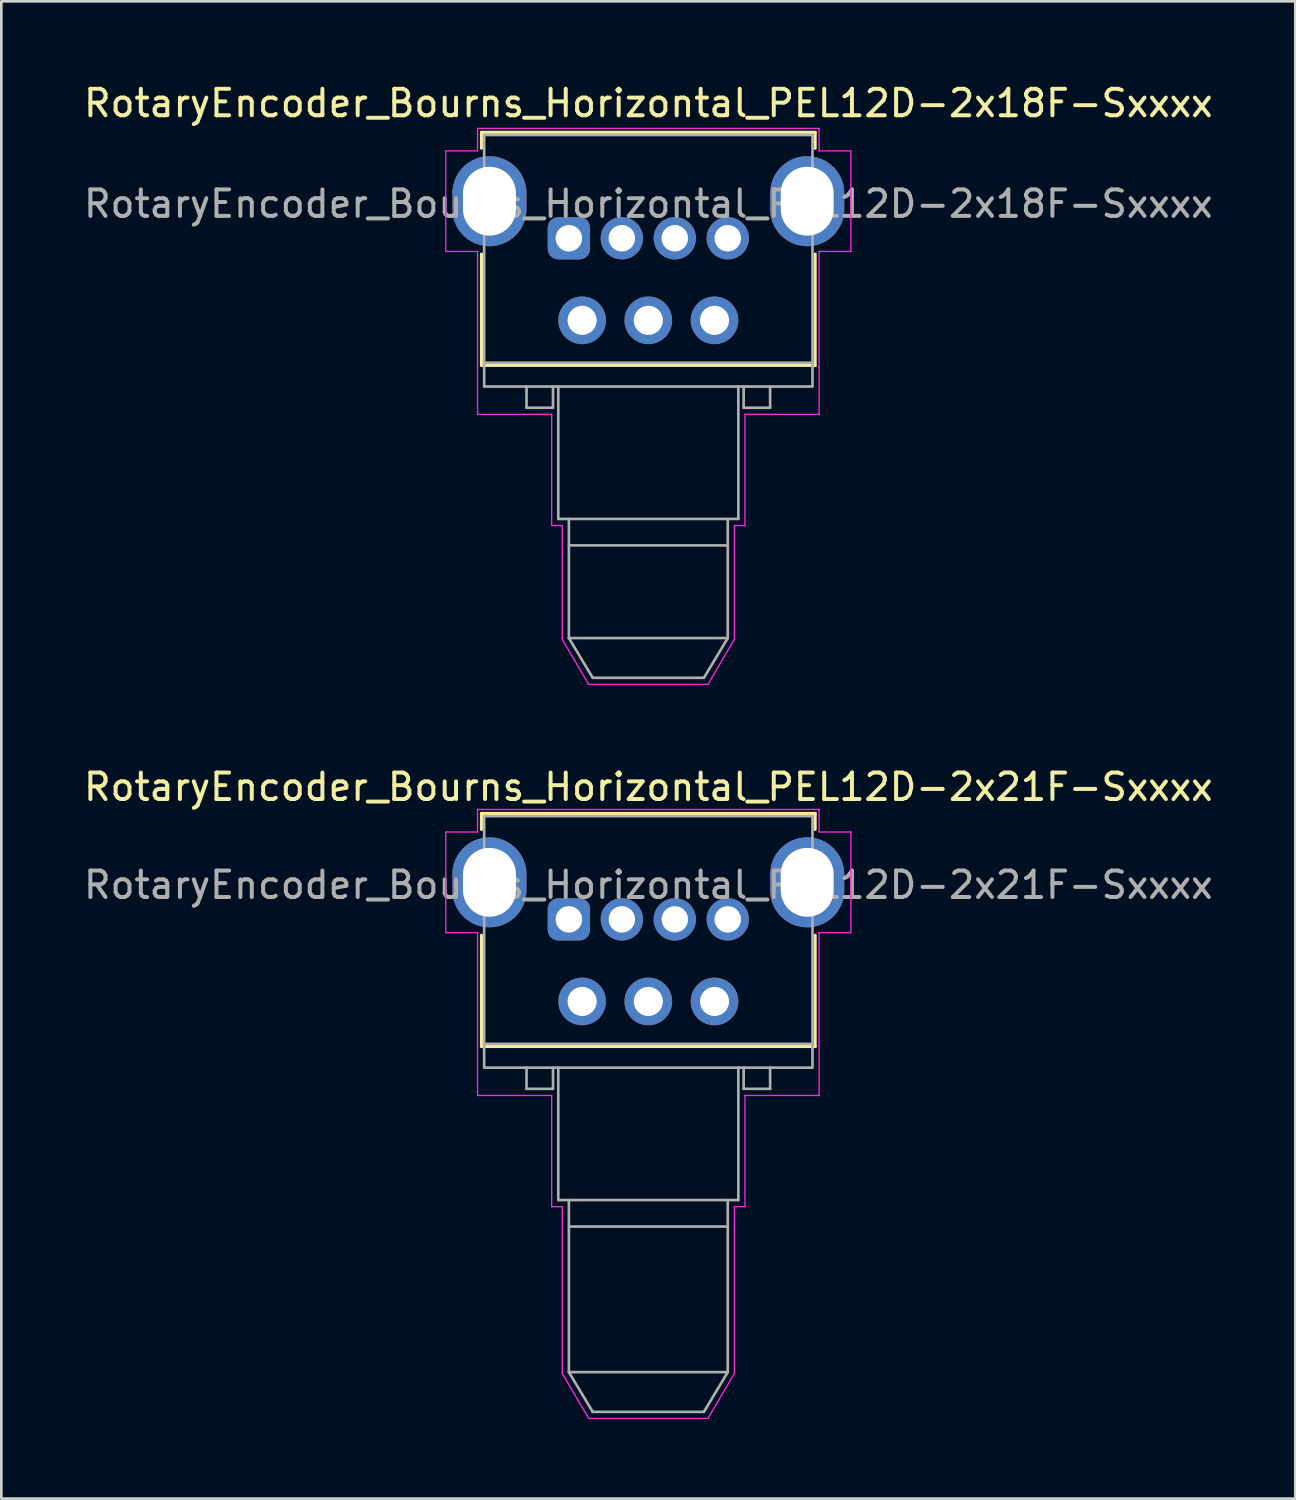
<source format=kicad_pcb>
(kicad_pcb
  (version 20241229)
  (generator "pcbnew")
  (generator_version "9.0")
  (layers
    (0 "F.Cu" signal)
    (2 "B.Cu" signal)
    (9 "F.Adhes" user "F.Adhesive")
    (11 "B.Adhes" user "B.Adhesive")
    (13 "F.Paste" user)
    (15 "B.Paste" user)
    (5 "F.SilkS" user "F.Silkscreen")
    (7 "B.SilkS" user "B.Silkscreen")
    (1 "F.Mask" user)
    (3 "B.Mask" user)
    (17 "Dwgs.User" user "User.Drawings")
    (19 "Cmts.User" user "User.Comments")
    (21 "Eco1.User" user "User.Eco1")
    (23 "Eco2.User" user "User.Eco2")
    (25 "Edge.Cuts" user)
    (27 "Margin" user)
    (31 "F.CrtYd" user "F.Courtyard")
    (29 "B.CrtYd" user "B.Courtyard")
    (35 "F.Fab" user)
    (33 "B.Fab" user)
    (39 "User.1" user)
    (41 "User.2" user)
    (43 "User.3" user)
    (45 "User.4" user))
  (footprint "RotaryEncoder_Bourns_Horizontal_PEL12D-2x21F-Sxxxx"
    (layer "F.Cu")
    (at 18.435 31.672)
    (property "Reference" "RotaryEncoder_Bourns_Horizontal_PEL12D-2x21F-Sxxxx" (at 3 -5 0) (layer "F.SilkS") (effects (font (size 1 1) (thickness 0.15))))
    (attr through_hole)
    (fp_line (start -3.3 -4) (end -3.3 -3.4) (stroke (width 0.12) (type default)) (layer "F.SilkS"))
    (fp_line (start -3.3 0.6) (end -3.3 4.8) (stroke (width 0.12) (type default)) (layer "F.SilkS"))
    (fp_line (start -3.3 4.8) (end 9.3 4.8) (stroke (width 0.12) (type default)) (layer "F.SilkS"))
    (fp_line (start 9.3 -4) (end -3.3 -4) (stroke (width 0.12) (type default)) (layer "F.SilkS"))
    (fp_line (start 9.3 -3.4) (end 9.3 -4) (stroke (width 0.12) (type default)) (layer "F.SilkS"))
    (fp_line (start 9.3 4.8) (end 9.3 0.6) (stroke (width 0.12) (type default)) (layer "F.SilkS"))
    (fp_line (start -4.65 -3.3) (end -4.65 0.5) (stroke (width 0.05) (type default)) (layer "F.CrtYd"))
    (fp_line (start -4.65 0.5) (end -3.45 0.5) (stroke (width 0.05) (type default)) (layer "F.CrtYd"))
    (fp_line (start -3.45 -4.15) (end -3.45 -3.3) (stroke (width 0.05) (type default)) (layer "F.CrtYd"))
    (fp_line (start -3.45 -3.3) (end -4.65 -3.3) (stroke (width 0.05) (type default)) (layer "F.CrtYd"))
    (fp_line (start -3.45 0.5) (end -3.45 6.65) (stroke (width 0.05) (type default)) (layer "F.CrtYd"))
    (fp_line (start -0.65 6.65) (end -3.45 6.65) (stroke (width 0.05) (type default)) (layer "F.CrtYd"))
    (fp_line (start -0.65 10.85) (end -0.65 6.65) (stroke (width 0.05) (type default)) (layer "F.CrtYd"))
    (fp_line (start -0.65 10.85) (end -0.25 10.85) (stroke (width 0.05) (type default)) (layer "F.CrtYd"))
    (fp_line (start -0.25 10.85) (end -0.25 17.15) (stroke (width 0.05) (type default)) (layer "F.CrtYd"))
    (fp_line (start -0.25 17.15) (end 0.75 18.85) (stroke (width 0.05) (type default)) (layer "F.CrtYd"))
    (fp_line (start 0.75 18.85) (end 5.25 18.85) (stroke (width 0.05) (type default)) (layer "F.CrtYd"))
    (fp_line (start 6.25 10.85) (end 6.65 10.85) (stroke (width 0.05) (type default)) (layer "F.CrtYd"))
    (fp_line (start 6.25 17.15) (end 5.25 18.85) (stroke (width 0.05) (type default)) (layer "F.CrtYd"))
    (fp_line (start 6.25 17.15) (end 6.25 10.85) (stroke (width 0.05) (type default)) (layer "F.CrtYd"))
    (fp_line (start 6.65 6.65) (end 9.45 6.65) (stroke (width 0.05) (type default)) (layer "F.CrtYd"))
    (fp_line (start 6.65 10.85) (end 6.65 6.65) (stroke (width 0.05) (type default)) (layer "F.CrtYd"))
    (fp_line (start 9.45 -4.15) (end -3.45 -4.15) (stroke (width 0.05) (type default)) (layer "F.CrtYd"))
    (fp_line (start 9.45 -3.3) (end 9.45 -4.15) (stroke (width 0.05) (type default)) (layer "F.CrtYd"))
    (fp_line (start 9.45 0.5) (end 10.65 0.5) (stroke (width 0.05) (type default)) (layer "F.CrtYd"))
    (fp_line (start 9.45 6.65) (end 9.45 0.5) (stroke (width 0.05) (type default)) (layer "F.CrtYd"))
    (fp_line (start 10.65 -3.3) (end 9.45 -3.3) (stroke (width 0.05) (type default)) (layer "F.CrtYd"))
    (fp_line (start 10.65 0.5) (end 10.65 -3.3) (stroke (width 0.05) (type default)) (layer "F.CrtYd"))
    (fp_line (start -1.6 5.6) (end -1.6 6.4) (stroke (width 0.1) (type default)) (layer "F.Fab"))
    (fp_line (start -1.6 6.4) (end -0.6 6.4) (stroke (width 0.1) (type default)) (layer "F.Fab"))
    (fp_line (start -0.6 6.4) (end -0.6 5.6) (stroke (width 0.1) (type default)) (layer "F.Fab"))
    (fp_line (start -0.4 10.6) (end -0.4 5.6) (stroke (width 0.1) (type default)) (layer "F.Fab"))
    (fp_line (start 0 17.1) (end 0 10.6) (stroke (width 0.1) (type default)) (layer "F.Fab"))
    (fp_line (start 0 17.1) (end 0.9 18.6) (stroke (width 0.1) (type default)) (layer "F.Fab"))
    (fp_line (start 0.9 18.6) (end 5.1 18.6) (stroke (width 0.1) (type default)) (layer "F.Fab"))
    (fp_line (start 6 10.6) (end 6 17.1) (stroke (width 0.1) (type default)) (layer "F.Fab"))
    (fp_line (start 6 11.6) (end 0 11.6) (stroke (width 0.1) (type default)) (layer "F.Fab"))
    (fp_line (start 6 17.1) (end 0 17.1) (stroke (width 0.1) (type default)) (layer "F.Fab"))
    (fp_line (start 6 17.1) (end 5.1 18.6) (stroke (width 0.1) (type default)) (layer "F.Fab"))
    (fp_line (start 6.4 5.6) (end 6.4 10.6) (stroke (width 0.1) (type default)) (layer "F.Fab"))
    (fp_line (start 6.4 10.6) (end -0.4 10.6) (stroke (width 0.1) (type default)) (layer "F.Fab"))
    (fp_line (start 6.6 6.4) (end 6.6 5.6) (stroke (width 0.1) (type default)) (layer "F.Fab"))
    (fp_line (start 7.6 5.6) (end 7.6 6.4) (stroke (width 0.1) (type default)) (layer "F.Fab"))
    (fp_line (start 7.6 6.4) (end 6.6 6.4) (stroke (width 0.1) (type default)) (layer "F.Fab"))
    (fp_line (start 9.2 4.7) (end -3.2 4.7) (stroke (width 0.1) (type default)) (layer "F.Fab"))
    (fp_rect (start -3.2 -3.9) (end 9.2 5.6) (stroke (width 0.1) (type default)) (fill no) (layer "F.Fab"))
    (fp_text user "${REFERENCE}" (at 3 -1.3 0) (layer "F.Fab") (effects (font (size 1 1) (thickness 0.15))))
    (pad "1" thru_hole roundrect (at 0 0 270) (size 1.6 1.6) (drill 1) (layers "*.Cu" "*.Mask") (roundrect_rratio 0.25))
    (pad "2" thru_hole circle (at 2 0 270) (size 1.6 1.6) (drill 1) (layers "*.Cu" "*.Mask"))
    (pad "3" thru_hole circle (at 4 0 270) (size 1.6 1.6) (drill 1) (layers "*.Cu" "*.Mask"))
    (pad "4" thru_hole circle (at 6 0 270) (size 1.6 1.6) (drill 1) (layers "*.Cu" "*.Mask"))
    (pad "A" thru_hole circle (at 0.5 3.1 270) (size 1.8 1.8) (drill 1.1) (layers "*.Cu" "*.Mask"))
    (pad "B" thru_hole circle (at 3 3.1 270) (size 1.8 1.8) (drill 1.1) (layers "*.Cu" "*.Mask"))
    (pad "C" thru_hole circle (at 5.5 3.1 270) (size 1.8 1.8) (drill 1.1) (layers "*.Cu" "*.Mask"))
    (pad "SH" thru_hole oval (at -3 -1.4 270) (size 3.4 2.8) (drill oval 2.6 2) (layers "*.Cu" "*.Mask"))
    (pad "SH" thru_hole oval (at 9 -1.4 270) (size 3.4 2.8) (drill oval 2.6 2) (layers "*.Cu" "*.Mask"))
    (zone (net_name "") (layer "F.Cu") (hatch edge 0.5) (connect_pads) (min_thickness 0.25) (filled_areas_thickness no) (keepout (tracks not_allowed) (vias not_allowed) (pads not_allowed) (copperpour allowed) (footprints allowed)) (placement (enabled no)) (fill) (polygon (pts (xy 15.735 28.471) (xy 15.735 27.572) (xy 15.035 27.572) (xy 15.035 28.471))))
    (zone (net_name "") (layer "F.Cu") (hatch edge 0.5) (connect_pads) (min_thickness 0.25) (filled_areas_thickness no) (keepout (tracks not_allowed) (vias not_allowed) (pads not_allowed) (copperpour allowed) (footprints allowed)) (placement (enabled no)) (fill) (polygon (pts (xy 27.835 28.471) (xy 27.835 27.572) (xy 27.135 27.572) (xy 27.135 28.471))))
    (zone (net_name "") (layers "F.Cu" "F.Fab") (hatch edge 0.5) (connect_pads) (min_thickness 0.25) (filled_areas_thickness no) (keepout (tracks not_allowed) (vias not_allowed) (pads not_allowed) (copperpour allowed) (footprints allowed)) (placement (enabled no)) (fill) (polygon (pts (xy 15.735 36.572) (xy 15.735 35.272) (xy 14.985 35.272) (xy 14.985 36.572))))
    (zone (net_name "") (layers "F.Cu" "F.Fab") (hatch edge 0.5) (connect_pads) (min_thickness 0.25) (filled_areas_thickness no) (keepout (tracks not_allowed) (vias not_allowed) (pads not_allowed) (copperpour allowed) (footprints allowed)) (placement (enabled no)) (fill) (polygon (pts (xy 27.885 36.572) (xy 27.885 35.272) (xy 27.135 35.272) (xy 27.135 36.572)))))
  (footprint "RotaryEncoder_Bourns_Horizontal_PEL12D-2x18F-Sxxxx"
    (layer "F.Cu")
    (at 18.435 5.948)
    (property "Reference" "RotaryEncoder_Bourns_Horizontal_PEL12D-2x18F-Sxxxx" (at 3 -5.1 0) (layer "F.SilkS") (effects (font (size 1 1) (thickness 0.15))))
    (attr through_hole)
    (fp_line (start -3.3 -4) (end -3.3 -3.4) (stroke (width 0.12) (type default)) (layer "F.SilkS"))
    (fp_line (start -3.3 0.6) (end -3.3 4.8) (stroke (width 0.12) (type default)) (layer "F.SilkS"))
    (fp_line (start -3.3 4.8) (end 9.3 4.8) (stroke (width 0.12) (type default)) (layer "F.SilkS"))
    (fp_line (start 9.3 -4) (end -3.3 -4) (stroke (width 0.12) (type default)) (layer "F.SilkS"))
    (fp_line (start 9.3 -3.4) (end 9.3 -4) (stroke (width 0.12) (type default)) (layer "F.SilkS"))
    (fp_line (start 9.3 4.8) (end 9.3 0.6) (stroke (width 0.12) (type default)) (layer "F.SilkS"))
    (fp_line (start -4.65 -3.3) (end -4.65 0.5) (stroke (width 0.05) (type default)) (layer "F.CrtYd"))
    (fp_line (start -4.65 0.5) (end -3.45 0.5) (stroke (width 0.05) (type default)) (layer "F.CrtYd"))
    (fp_line (start -3.45 -4.15) (end -3.45 -3.3) (stroke (width 0.05) (type default)) (layer "F.CrtYd"))
    (fp_line (start -3.45 -3.3) (end -4.65 -3.3) (stroke (width 0.05) (type default)) (layer "F.CrtYd"))
    (fp_line (start -3.45 0.5) (end -3.45 6.65) (stroke (width 0.05) (type default)) (layer "F.CrtYd"))
    (fp_line (start -0.65 6.65) (end -3.45 6.65) (stroke (width 0.05) (type default)) (layer "F.CrtYd"))
    (fp_line (start -0.65 10.85) (end -0.65 6.65) (stroke (width 0.05) (type default)) (layer "F.CrtYd"))
    (fp_line (start -0.65 10.85) (end -0.25 10.85) (stroke (width 0.05) (type default)) (layer "F.CrtYd"))
    (fp_line (start -0.25 10.85) (end -0.25 15.15) (stroke (width 0.05) (type default)) (layer "F.CrtYd"))
    (fp_line (start -0.25 15.15) (end 0.75 16.85) (stroke (width 0.05) (type default)) (layer "F.CrtYd"))
    (fp_line (start 0.75 16.85) (end 5.25 16.85) (stroke (width 0.05) (type default)) (layer "F.CrtYd"))
    (fp_line (start 6.25 10.85) (end 6.65 10.85) (stroke (width 0.05) (type default)) (layer "F.CrtYd"))
    (fp_line (start 6.25 15.15) (end 5.25 16.85) (stroke (width 0.05) (type default)) (layer "F.CrtYd"))
    (fp_line (start 6.25 15.15) (end 6.25 10.85) (stroke (width 0.05) (type default)) (layer "F.CrtYd"))
    (fp_line (start 6.65 6.65) (end 9.45 6.65) (stroke (width 0.05) (type default)) (layer "F.CrtYd"))
    (fp_line (start 6.65 10.85) (end 6.65 6.65) (stroke (width 0.05) (type default)) (layer "F.CrtYd"))
    (fp_line (start 9.45 -4.15) (end -3.45 -4.15) (stroke (width 0.05) (type default)) (layer "F.CrtYd"))
    (fp_line (start 9.45 -3.3) (end 9.45 -4.15) (stroke (width 0.05) (type default)) (layer "F.CrtYd"))
    (fp_line (start 9.45 0.5) (end 10.65 0.5) (stroke (width 0.05) (type default)) (layer "F.CrtYd"))
    (fp_line (start 9.45 6.65) (end 9.45 0.5) (stroke (width 0.05) (type default)) (layer "F.CrtYd"))
    (fp_line (start 10.65 -3.3) (end 9.45 -3.3) (stroke (width 0.05) (type default)) (layer "F.CrtYd"))
    (fp_line (start 10.65 0.5) (end 10.65 -3.3) (stroke (width 0.05) (type default)) (layer "F.CrtYd"))
    (fp_line (start -1.6 5.6) (end -1.6 6.4) (stroke (width 0.1) (type default)) (layer "F.Fab"))
    (fp_line (start -1.6 6.4) (end -0.6 6.4) (stroke (width 0.1) (type default)) (layer "F.Fab"))
    (fp_line (start -0.6 6.4) (end -0.6 5.6) (stroke (width 0.1) (type default)) (layer "F.Fab"))
    (fp_line (start -0.4 10.6) (end -0.4 5.6) (stroke (width 0.1) (type default)) (layer "F.Fab"))
    (fp_line (start 0 15.1) (end 0 10.6) (stroke (width 0.1) (type default)) (layer "F.Fab"))
    (fp_line (start 0 15.1) (end 0.9 16.6) (stroke (width 0.1) (type default)) (layer "F.Fab"))
    (fp_line (start 0.9 16.6) (end 5.1 16.6) (stroke (width 0.1) (type default)) (layer "F.Fab"))
    (fp_line (start 6 10.6) (end 6 15.1) (stroke (width 0.1) (type default)) (layer "F.Fab"))
    (fp_line (start 6 11.6) (end 0 11.6) (stroke (width 0.1) (type default)) (layer "F.Fab"))
    (fp_line (start 6 15.1) (end 0 15.1) (stroke (width 0.1) (type default)) (layer "F.Fab"))
    (fp_line (start 6 15.1) (end 5.1 16.6) (stroke (width 0.1) (type default)) (layer "F.Fab"))
    (fp_line (start 6.4 5.6) (end 6.4 10.6) (stroke (width 0.1) (type default)) (layer "F.Fab"))
    (fp_line (start 6.4 10.6) (end -0.4 10.6) (stroke (width 0.1) (type default)) (layer "F.Fab"))
    (fp_line (start 6.6 6.4) (end 6.6 5.6) (stroke (width 0.1) (type default)) (layer "F.Fab"))
    (fp_line (start 7.6 5.6) (end 7.6 6.4) (stroke (width 0.1) (type default)) (layer "F.Fab"))
    (fp_line (start 7.6 6.4) (end 6.6 6.4) (stroke (width 0.1) (type default)) (layer "F.Fab"))
    (fp_line (start 9.2 4.7) (end -3.2 4.7) (stroke (width 0.1) (type default)) (layer "F.Fab"))
    (fp_rect (start -3.2 -3.9) (end 9.2 5.6) (stroke (width 0.1) (type default)) (fill no) (layer "F.Fab"))
    (fp_text user "${REFERENCE}" (at 3 -1.3 0) (layer "F.Fab") (effects (font (size 1 1) (thickness 0.15))))
    (pad "1" thru_hole roundrect (at 0 0 270) (size 1.6 1.6) (drill 1) (layers "*.Cu" "*.Mask") (roundrect_rratio 0.25))
    (pad "2" thru_hole circle (at 2 0 270) (size 1.6 1.6) (drill 1) (layers "*.Cu" "*.Mask"))
    (pad "3" thru_hole circle (at 4 0 270) (size 1.6 1.6) (drill 1) (layers "*.Cu" "*.Mask"))
    (pad "4" thru_hole circle (at 6 0 270) (size 1.6 1.6) (drill 1) (layers "*.Cu" "*.Mask"))
    (pad "A" thru_hole circle (at 0.5 3.1 270) (size 1.8 1.8) (drill 1.1) (layers "*.Cu" "*.Mask"))
    (pad "B" thru_hole circle (at 3 3.1 270) (size 1.8 1.8) (drill 1.1) (layers "*.Cu" "*.Mask"))
    (pad "C" thru_hole circle (at 5.5 3.1 270) (size 1.8 1.8) (drill 1.1) (layers "*.Cu" "*.Mask"))
    (pad "SH" thru_hole oval (at -3 -1.4 270) (size 3.4 2.8) (drill oval 2.6 2) (layers "*.Cu" "*.Mask"))
    (pad "SH" thru_hole oval (at 9 -1.4 270) (size 3.4 2.8) (drill oval 2.6 2) (layers "*.Cu" "*.Mask"))
    (zone (net_name "") (layer "F.Cu") (hatch edge 0.5) (connect_pads) (min_thickness 0.25) (filled_areas_thickness no) (keepout (tracks not_allowed) (vias not_allowed) (pads not_allowed) (copperpour allowed) (footprints allowed)) (placement (enabled no)) (fill) (polygon (pts (xy 15.735 2.748) (xy 15.735 1.848) (xy 15.035 1.848) (xy 15.035 2.748))))
    (zone (net_name "") (layer "F.Cu") (hatch edge 0.5) (connect_pads) (min_thickness 0.25) (filled_areas_thickness no) (keepout (tracks not_allowed) (vias not_allowed) (pads not_allowed) (copperpour allowed) (footprints allowed)) (placement (enabled no)) (fill) (polygon (pts (xy 27.835 2.748) (xy 27.835 1.848) (xy 27.135 1.848) (xy 27.135 2.748))))
    (zone (net_name "") (layers "F.Cu" "F.Fab") (hatch edge 0.5) (connect_pads) (min_thickness 0.25) (filled_areas_thickness no) (keepout (tracks not_allowed) (vias not_allowed) (pads not_allowed) (copperpour allowed) (footprints allowed)) (placement (enabled no)) (fill) (polygon (pts (xy 15.735 10.848) (xy 15.735 9.548) (xy 14.985 9.548) (xy 14.985 10.848))))
    (zone (net_name "") (layers "F.Cu" "F.Fab") (hatch edge 0.5) (connect_pads) (min_thickness 0.25) (filled_areas_thickness no) (keepout (tracks not_allowed) (vias not_allowed) (pads not_allowed) (copperpour allowed) (footprints allowed)) (placement (enabled no)) (fill) (polygon (pts (xy 27.885 10.848) (xy 27.885 9.548) (xy 27.135 9.548) (xy 27.135 10.848)))))
  (gr_rect
    (start -3 -3)
    (end 45.869 53.547)
    (stroke (width 0.1) (type default))
    (fill no)
    (layer "Edge.Cuts")))
</source>
